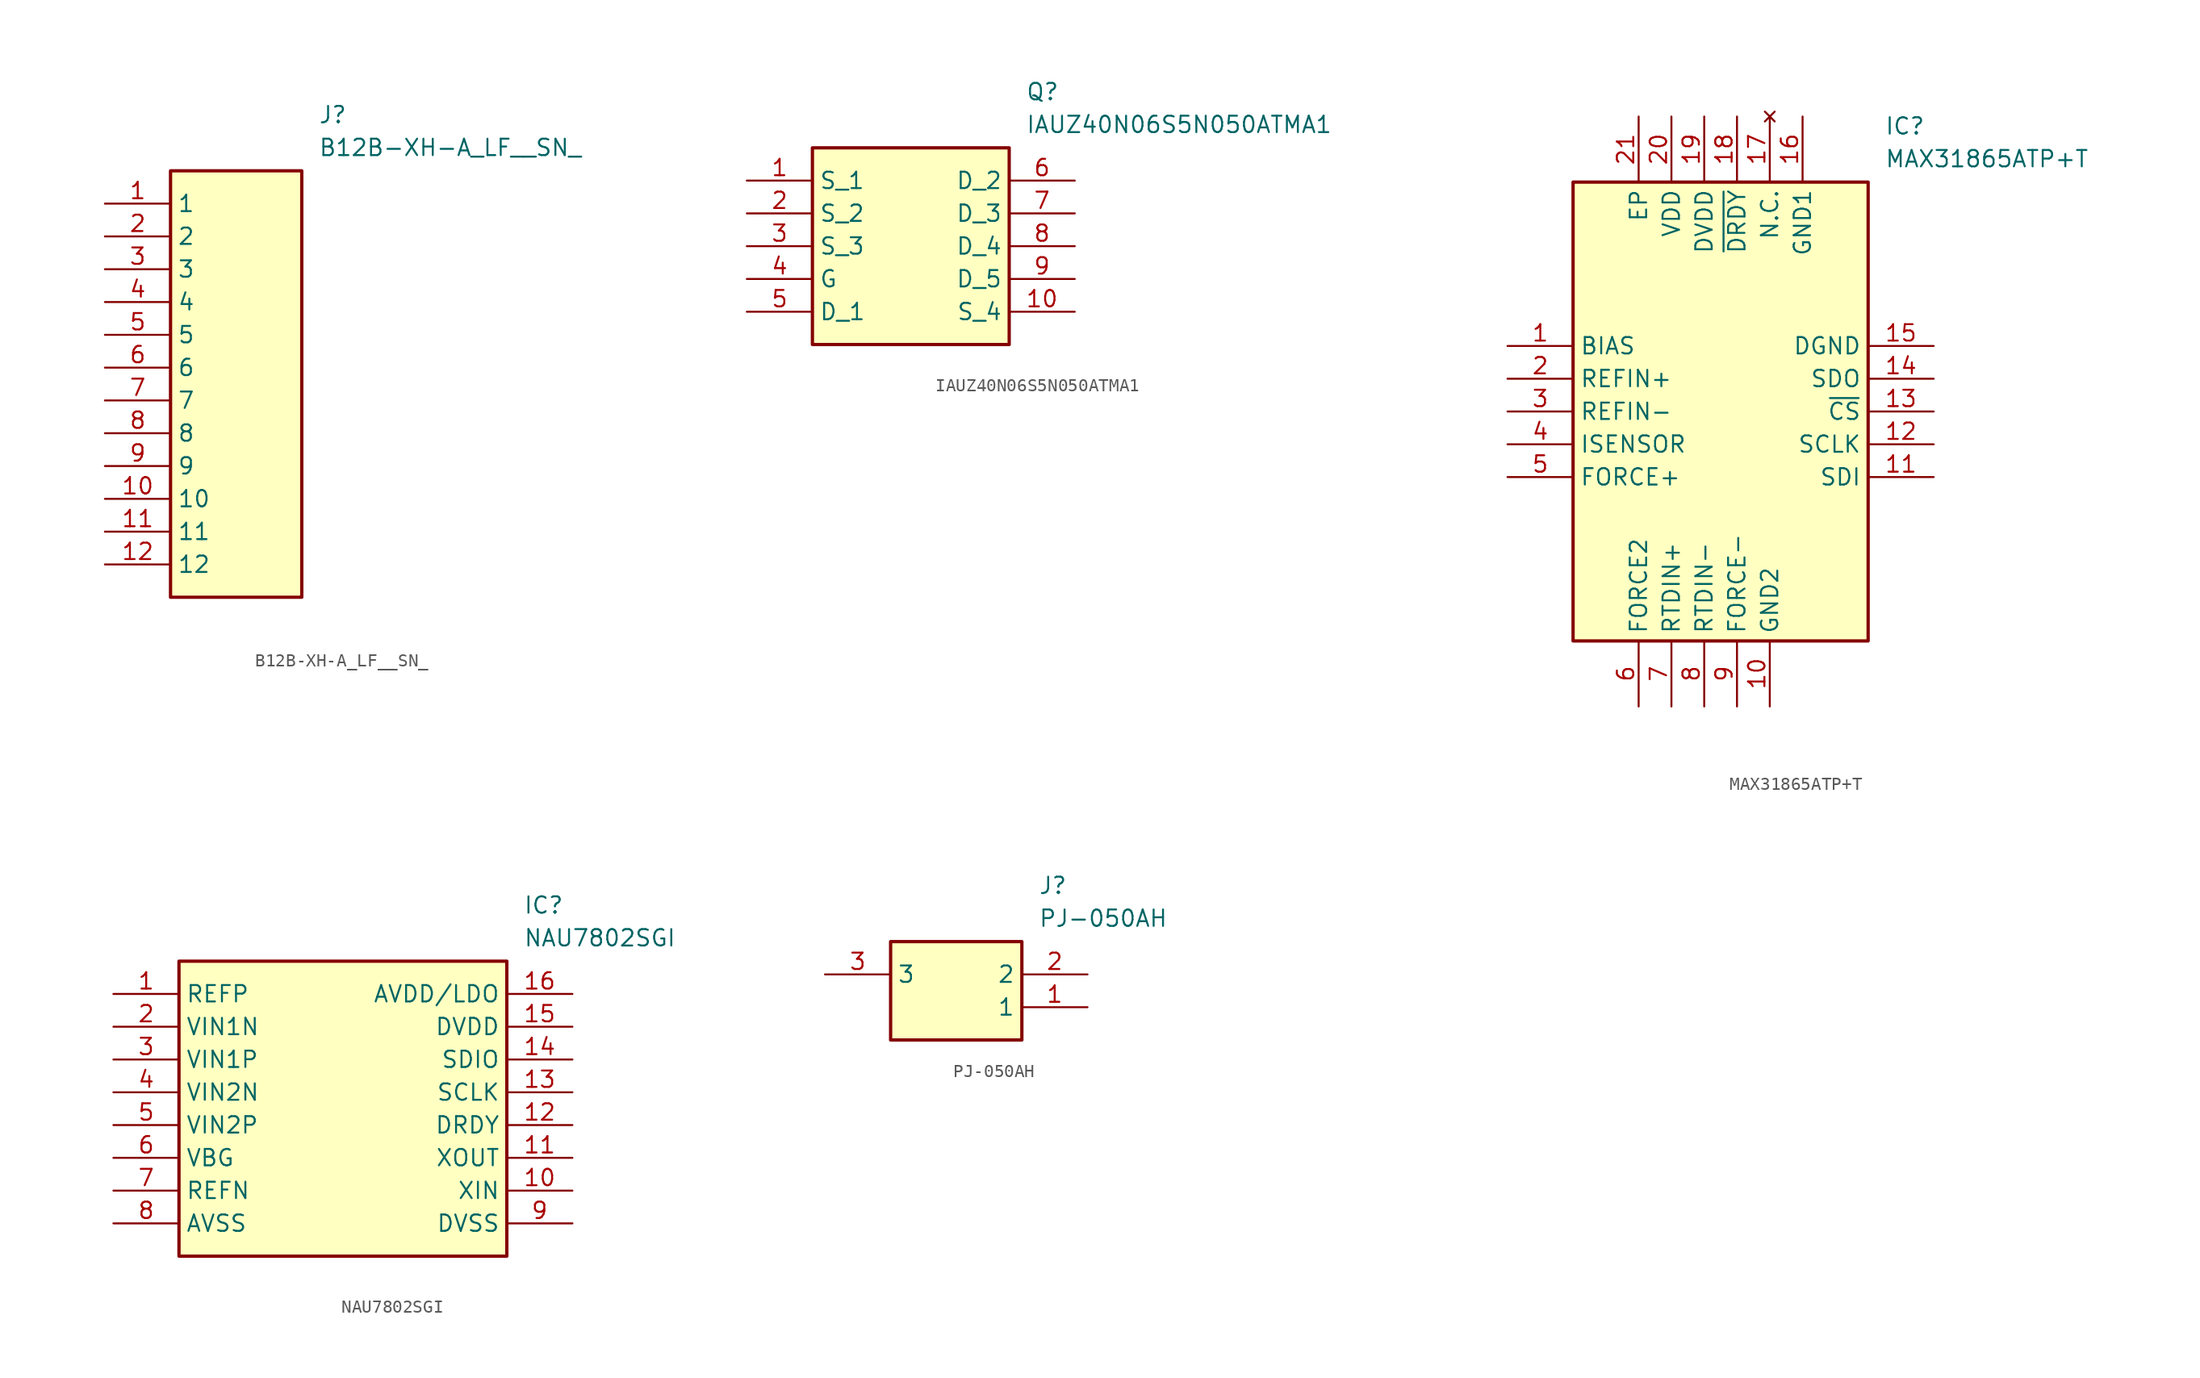
<source format=kicad_sym>
(kicad_symbol_lib
  (version 20241209)
  (generator "kicad_symbol_editor")
  (generator_version "9.0")
  (symbol "B12B-XH-A_LF__SN_"
    (property "Reference" "J"
      (at 16.51 7.62 0)
      (effects (font (size 1.27 1.27)) (justify left top)))
    (property "Value" "B12B-XH-A_LF__SN_"
      (at 16.51 5.08 0)
      (effects (font (size 1.27 1.27)) (justify left top)))
    (symbol "B12B-XH-A_LF__SN__1_1"
      (rectangle (start 5.08 2.54) (end 15.24 -30.48) (stroke (width 0.254) (type default)) (fill (type background)))
      (pin passive line (at 0 0 0) (length 5.08) (name "1" (effects (font (size 1.27 1.27)))) (number "1" (effects (font (size 1.27 1.27)))))
      (pin passive line (at 0 -2.54 0) (length 5.08) (name "2" (effects (font (size 1.27 1.27)))) (number "2" (effects (font (size 1.27 1.27)))))
      (pin passive line (at 0 -5.08 0) (length 5.08) (name "3" (effects (font (size 1.27 1.27)))) (number "3" (effects (font (size 1.27 1.27)))))
      (pin passive line (at 0 -7.62 0) (length 5.08) (name "4" (effects (font (size 1.27 1.27)))) (number "4" (effects (font (size 1.27 1.27)))))
      (pin passive line (at 0 -10.16 0) (length 5.08) (name "5" (effects (font (size 1.27 1.27)))) (number "5" (effects (font (size 1.27 1.27)))))
      (pin passive line (at 0 -12.7 0) (length 5.08) (name "6" (effects (font (size 1.27 1.27)))) (number "6" (effects (font (size 1.27 1.27)))))
      (pin passive line (at 0 -15.24 0) (length 5.08) (name "7" (effects (font (size 1.27 1.27)))) (number "7" (effects (font (size 1.27 1.27)))))
      (pin passive line (at 0 -17.78 0) (length 5.08) (name "8" (effects (font (size 1.27 1.27)))) (number "8" (effects (font (size 1.27 1.27)))))
      (pin passive line (at 0 -20.32 0) (length 5.08) (name "9" (effects (font (size 1.27 1.27)))) (number "9" (effects (font (size 1.27 1.27)))))
      (pin passive line (at 0 -22.86 0) (length 5.08) (name "10" (effects (font (size 1.27 1.27)))) (number "10" (effects (font (size 1.27 1.27)))))
      (pin passive line (at 0 -25.4 0) (length 5.08) (name "11" (effects (font (size 1.27 1.27)))) (number "11" (effects (font (size 1.27 1.27)))))
      (pin passive line (at 0 -27.94 0) (length 5.08) (name "12" (effects (font (size 1.27 1.27)))) (number "12" (effects (font (size 1.27 1.27)))))))
  (symbol "IAUZ40N06S5N050ATMA1"
    (property "Reference" "Q"
      (at 21.59 7.62 0)
      (effects (font (size 1.27 1.27)) (justify left top)))
    (property "Value" "IAUZ40N06S5N050ATMA1"
      (at 21.59 5.08 0)
      (effects (font (size 1.27 1.27)) (justify left top)))
    (symbol "IAUZ40N06S5N050ATMA1_1_1"
      (rectangle (start 5.08 2.54) (end 20.32 -12.7) (stroke (width 0.254) (type default)) (fill (type background)))
      (pin passive line (at 0 0 0) (length 5.08) (name "S_1" (effects (font (size 1.27 1.27)))) (number "1" (effects (font (size 1.27 1.27)))))
      (pin passive line (at 0 -2.54 0) (length 5.08) (name "S_2" (effects (font (size 1.27 1.27)))) (number "2" (effects (font (size 1.27 1.27)))))
      (pin passive line (at 0 -5.08 0) (length 5.08) (name "S_3" (effects (font (size 1.27 1.27)))) (number "3" (effects (font (size 1.27 1.27)))))
      (pin passive line (at 0 -7.62 0) (length 5.08) (name "G" (effects (font (size 1.27 1.27)))) (number "4" (effects (font (size 1.27 1.27)))))
      (pin passive line (at 0 -10.16 0) (length 5.08) (name "D_1" (effects (font (size 1.27 1.27)))) (number "5" (effects (font (size 1.27 1.27)))))
      (pin passive line (at 25.4 0 180) (length 5.08) (name "D_2" (effects (font (size 1.27 1.27)))) (number "6" (effects (font (size 1.27 1.27)))))
      (pin passive line (at 25.4 -2.54 180) (length 5.08) (name "D_3" (effects (font (size 1.27 1.27)))) (number "7" (effects (font (size 1.27 1.27)))))
      (pin passive line (at 25.4 -5.08 180) (length 5.08) (name "D_4" (effects (font (size 1.27 1.27)))) (number "8" (effects (font (size 1.27 1.27)))))
      (pin passive line (at 25.4 -7.62 180) (length 5.08) (name "D_5" (effects (font (size 1.27 1.27)))) (number "9" (effects (font (size 1.27 1.27)))))
      (pin passive line (at 25.4 -10.16 180) (length 5.08) (name "S_4" (effects (font (size 1.27 1.27)))) (number "10" (effects (font (size 1.27 1.27)))))))
  (symbol "MAX31865ATP+T"
    (property "Reference" "IC"
      (at 29.21 17.78 0)
      (effects (font (size 1.27 1.27)) (justify left top)))
    (property "Value" "MAX31865ATP+T"
      (at 29.21 15.24 0)
      (effects (font (size 1.27 1.27)) (justify left top)))
    (symbol "MAX31865ATP+T_1_1"
      (rectangle (start 5.08 12.7) (end 27.94 -22.86) (stroke (width 0.254) (type default)) (fill (type background)))
      (pin passive line (at 0 0 0) (length 5.08) (name "BIAS" (effects (font (size 1.27 1.27)))) (number "1" (effects (font (size 1.27 1.27)))))
      (pin passive line (at 0 -2.54 0) (length 5.08) (name "REFIN+" (effects (font (size 1.27 1.27)))) (number "2" (effects (font (size 1.27 1.27)))))
      (pin passive line (at 0 -5.08 0) (length 5.08) (name "REFIN-" (effects (font (size 1.27 1.27)))) (number "3" (effects (font (size 1.27 1.27)))))
      (pin passive line (at 0 -7.62 0) (length 5.08) (name "ISENSOR" (effects (font (size 1.27 1.27)))) (number "4" (effects (font (size 1.27 1.27)))))
      (pin passive line (at 0 -10.16 0) (length 5.08) (name "FORCE+" (effects (font (size 1.27 1.27)))) (number "5" (effects (font (size 1.27 1.27)))))
      (pin passive line (at 10.16 17.78 270) (length 5.08) (name "EP" (effects (font (size 1.27 1.27)))) (number "21" (effects (font (size 1.27 1.27)))))
      (pin passive line (at 10.16 -27.94 90) (length 5.08) (name "FORCE2" (effects (font (size 1.27 1.27)))) (number "6" (effects (font (size 1.27 1.27)))))
      (pin passive line (at 12.7 17.78 270) (length 5.08) (name "VDD" (effects (font (size 1.27 1.27)))) (number "20" (effects (font (size 1.27 1.27)))))
      (pin passive line (at 12.7 -27.94 90) (length 5.08) (name "RTDIN+" (effects (font (size 1.27 1.27)))) (number "7" (effects (font (size 1.27 1.27)))))
      (pin passive line (at 15.24 17.78 270) (length 5.08) (name "DVDD" (effects (font (size 1.27 1.27)))) (number "19" (effects (font (size 1.27 1.27)))))
      (pin passive line (at 15.24 -27.94 90) (length 5.08) (name "RTDIN-" (effects (font (size 1.27 1.27)))) (number "8" (effects (font (size 1.27 1.27)))))
      (pin passive line (at 17.78 17.78 270) (length 5.08) (name "~{DRDY}" (effects (font (size 1.27 1.27)))) (number "18" (effects (font (size 1.27 1.27)))))
      (pin passive line (at 17.78 -27.94 90) (length 5.08) (name "FORCE-" (effects (font (size 1.27 1.27)))) (number "9" (effects (font (size 1.27 1.27)))))
      (pin no_connect line (at 20.32 17.78 270) (length 5.08) (name "N.C." (effects (font (size 1.27 1.27)))) (number "17" (effects (font (size 1.27 1.27)))))
      (pin passive line (at 20.32 -27.94 90) (length 5.08) (name "GND2" (effects (font (size 1.27 1.27)))) (number "10" (effects (font (size 1.27 1.27)))))
      (pin passive line (at 22.86 17.78 270) (length 5.08) (name "GND1" (effects (font (size 1.27 1.27)))) (number "16" (effects (font (size 1.27 1.27)))))
      (pin passive line (at 33.02 0 180) (length 5.08) (name "DGND" (effects (font (size 1.27 1.27)))) (number "15" (effects (font (size 1.27 1.27)))))
      (pin passive line (at 33.02 -2.54 180) (length 5.08) (name "SDO" (effects (font (size 1.27 1.27)))) (number "14" (effects (font (size 1.27 1.27)))))
      (pin passive line (at 33.02 -5.08 180) (length 5.08) (name "~{CS}" (effects (font (size 1.27 1.27)))) (number "13" (effects (font (size 1.27 1.27)))))
      (pin passive line (at 33.02 -7.62 180) (length 5.08) (name "SCLK" (effects (font (size 1.27 1.27)))) (number "12" (effects (font (size 1.27 1.27)))))
      (pin passive line (at 33.02 -10.16 180) (length 5.08) (name "SDI" (effects (font (size 1.27 1.27)))) (number "11" (effects (font (size 1.27 1.27)))))))
  (symbol "NAU7802SGI"
    (property "Reference" "IC"
      (at 31.75 7.62 0)
      (effects (font (size 1.27 1.27)) (justify left top)))
    (property "Value" "NAU7802SGI"
      (at 31.75 5.08 0)
      (effects (font (size 1.27 1.27)) (justify left top)))
    (symbol "NAU7802SGI_1_1"
      (rectangle (start 5.08 2.54) (end 30.48 -20.32) (stroke (width 0.254) (type default)) (fill (type background)))
      (pin passive line (at 0 0 0) (length 5.08) (name "REFP" (effects (font (size 1.27 1.27)))) (number "1" (effects (font (size 1.27 1.27)))))
      (pin passive line (at 0 -2.54 0) (length 5.08) (name "VIN1N" (effects (font (size 1.27 1.27)))) (number "2" (effects (font (size 1.27 1.27)))))
      (pin passive line (at 0 -5.08 0) (length 5.08) (name "VIN1P" (effects (font (size 1.27 1.27)))) (number "3" (effects (font (size 1.27 1.27)))))
      (pin passive line (at 0 -7.62 0) (length 5.08) (name "VIN2N" (effects (font (size 1.27 1.27)))) (number "4" (effects (font (size 1.27 1.27)))))
      (pin passive line (at 0 -10.16 0) (length 5.08) (name "VIN2P" (effects (font (size 1.27 1.27)))) (number "5" (effects (font (size 1.27 1.27)))))
      (pin passive line (at 0 -12.7 0) (length 5.08) (name "VBG" (effects (font (size 1.27 1.27)))) (number "6" (effects (font (size 1.27 1.27)))))
      (pin passive line (at 0 -15.24 0) (length 5.08) (name "REFN" (effects (font (size 1.27 1.27)))) (number "7" (effects (font (size 1.27 1.27)))))
      (pin passive line (at 0 -17.78 0) (length 5.08) (name "AVSS" (effects (font (size 1.27 1.27)))) (number "8" (effects (font (size 1.27 1.27)))))
      (pin passive line (at 35.56 0 180) (length 5.08) (name "AVDD/LDO" (effects (font (size 1.27 1.27)))) (number "16" (effects (font (size 1.27 1.27)))))
      (pin passive line (at 35.56 -2.54 180) (length 5.08) (name "DVDD" (effects (font (size 1.27 1.27)))) (number "15" (effects (font (size 1.27 1.27)))))
      (pin passive line (at 35.56 -5.08 180) (length 5.08) (name "SDIO" (effects (font (size 1.27 1.27)))) (number "14" (effects (font (size 1.27 1.27)))))
      (pin passive line (at 35.56 -7.62 180) (length 5.08) (name "SCLK" (effects (font (size 1.27 1.27)))) (number "13" (effects (font (size 1.27 1.27)))))
      (pin passive line (at 35.56 -10.16 180) (length 5.08) (name "DRDY" (effects (font (size 1.27 1.27)))) (number "12" (effects (font (size 1.27 1.27)))))
      (pin passive line (at 35.56 -12.7 180) (length 5.08) (name "XOUT" (effects (font (size 1.27 1.27)))) (number "11" (effects (font (size 1.27 1.27)))))
      (pin passive line (at 35.56 -15.24 180) (length 5.08) (name "XIN" (effects (font (size 1.27 1.27)))) (number "10" (effects (font (size 1.27 1.27)))))
      (pin passive line (at 35.56 -17.78 180) (length 5.08) (name "DVSS" (effects (font (size 1.27 1.27)))) (number "9" (effects (font (size 1.27 1.27)))))))
  (symbol "PJ-050AH"
    (property "Reference" "J"
      (at 16.51 7.62 0)
      (effects (font (size 1.27 1.27)) (justify left top)))
    (property "Value" "PJ-050AH"
      (at 16.51 5.08 0)
      (effects (font (size 1.27 1.27)) (justify left top)))
    (symbol "PJ-050AH_1_1"
      (rectangle (start 5.08 2.54) (end 15.24 -5.08) (stroke (width 0.254) (type default)) (fill (type background)))
      (pin passive line (at 0 0 0) (length 5.08) (name "3" (effects (font (size 1.27 1.27)))) (number "3" (effects (font (size 1.27 1.27)))))
      (pin passive line (at 20.32 0 180) (length 5.08) (name "2" (effects (font (size 1.27 1.27)))) (number "2" (effects (font (size 1.27 1.27)))))
      (pin passive line (at 20.32 -2.54 180) (length 5.08) (name "1" (effects (font (size 1.27 1.27)))) (number "1" (effects (font (size 1.27 1.27))))))))
</source>
